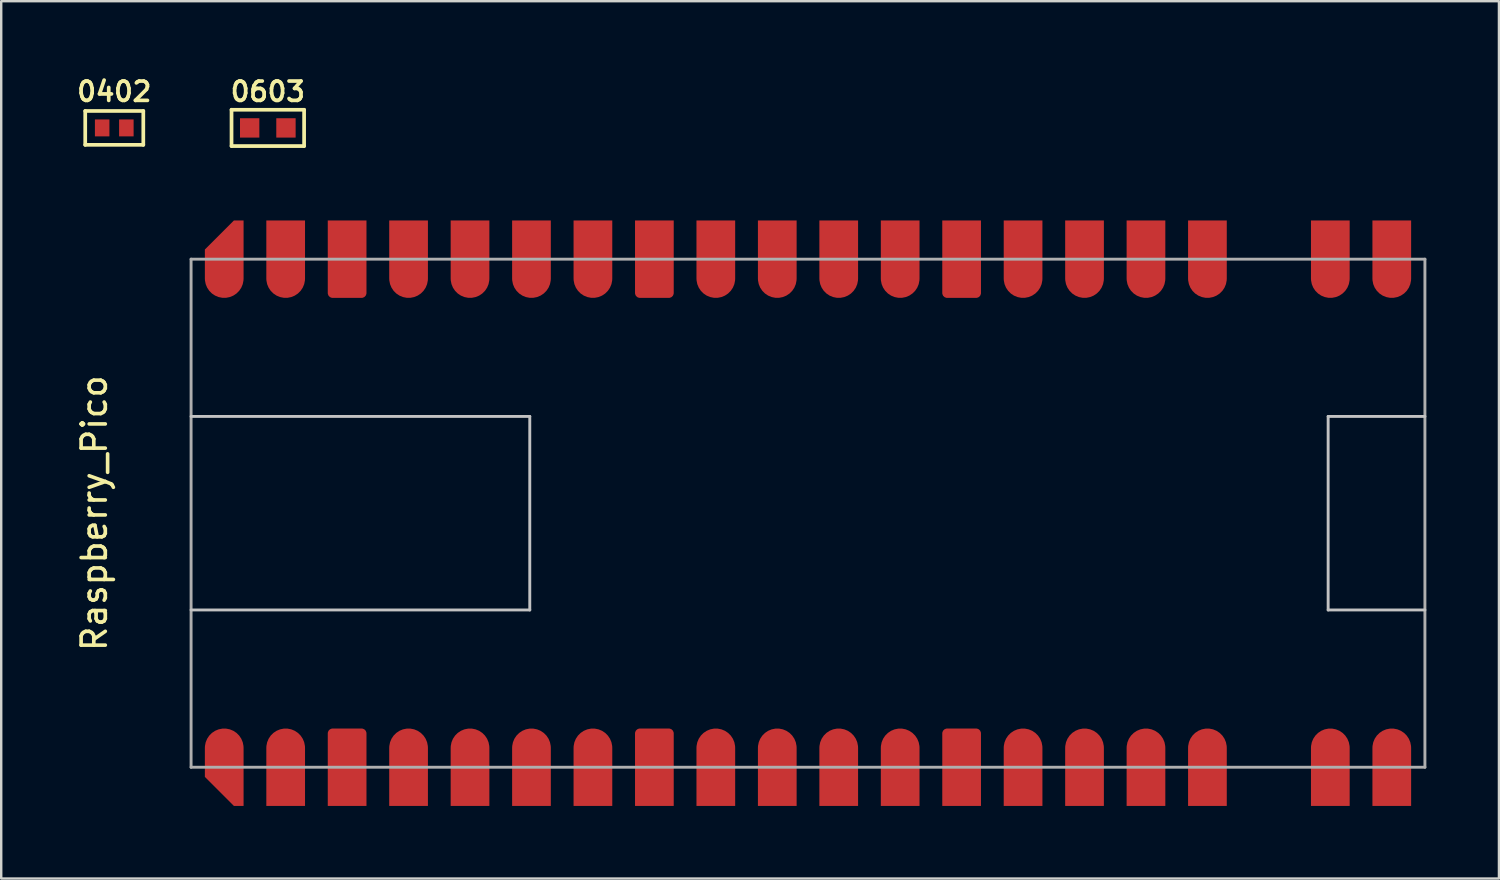
<source format=kicad_pcb>
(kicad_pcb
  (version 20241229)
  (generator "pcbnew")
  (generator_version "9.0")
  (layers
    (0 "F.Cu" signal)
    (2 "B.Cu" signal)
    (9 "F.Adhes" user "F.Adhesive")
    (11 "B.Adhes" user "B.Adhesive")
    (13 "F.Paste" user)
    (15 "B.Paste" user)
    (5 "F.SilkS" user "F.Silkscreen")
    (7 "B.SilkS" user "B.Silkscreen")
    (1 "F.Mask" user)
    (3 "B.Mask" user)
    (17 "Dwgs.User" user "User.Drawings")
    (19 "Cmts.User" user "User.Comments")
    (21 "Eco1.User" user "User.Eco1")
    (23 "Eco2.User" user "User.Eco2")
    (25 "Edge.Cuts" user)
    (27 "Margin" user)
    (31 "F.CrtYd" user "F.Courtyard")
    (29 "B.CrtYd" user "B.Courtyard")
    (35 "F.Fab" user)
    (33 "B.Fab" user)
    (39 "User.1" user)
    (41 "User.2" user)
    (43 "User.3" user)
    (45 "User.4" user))
  (footprint "0402"
    (layer "F.Cu")
    (at 1.673 2.237)
    (property "Reference" "0402" (at 0 -1.5 0) (layer "F.SilkS") (effects (font (size 0.8 0.8) (thickness 0.153))))
    (attr smd)
    (fp_line (start -1.2 -0.7) (end -1.2 0.7) (stroke (width 0.153) (type solid)) (layer "F.SilkS"))
    (fp_line (start -1.2 -0.7) (end 1.2 -0.7) (stroke (width 0.153) (type solid)) (layer "F.SilkS"))
    (fp_line (start -1.2 0.7) (end 1.2 0.7) (stroke (width 0.153) (type solid)) (layer "F.SilkS"))
    (fp_line (start 1.2 -0.7) (end 1.2 0.7) (stroke (width 0.153) (type solid)) (layer "F.SilkS"))
    (pad "1" smd rect (at -0.5 0) (size 0.6 0.7) (layers "F.Cu" "F.Mask" "F.Paste"))
    (pad "2" smd rect (at 0.5 0) (size 0.6 0.7) (layers "F.Cu" "F.Mask" "F.Paste")))
  (footprint "0603"
    (layer "F.Cu")
    (at 8.02 2.237)
    (property "Reference" "0603" (at 0 -1.5 0) (layer "F.SilkS") (effects (font (size 0.8 0.8) (thickness 0.153))))
    (attr smd)
    (fp_line (start -1.5 -0.75) (end -1.5 0.75) (stroke (width 0.153) (type solid)) (layer "F.SilkS"))
    (fp_line (start -1.5 -0.75) (end 1.5 -0.75) (stroke (width 0.153) (type solid)) (layer "F.SilkS"))
    (fp_line (start -1.5 0.75) (end 1.5 0.75) (stroke (width 0.153) (type solid)) (layer "F.SilkS"))
    (fp_line (start 1.5 -0.75) (end 1.5 0.75) (stroke (width 0.153) (type solid)) (layer "F.SilkS"))
    (pad "1" smd rect (at -0.75 0) (size 0.8 0.8) (layers "F.Cu" "F.Mask" "F.Paste"))
    (pad "2" smd rect (at 0.75 0) (size 0.8 0.8) (layers "F.Cu" "F.Mask" "F.Paste")))
  (footprint "Raspberry_Pico"
    (layer "F.Cu")
    (at 30.748 18.223)
    (property "Reference" "Raspberry_Pico" (at -29.9 -0.06 90) (layer "F.SilkS") (effects (font (size 1 1) (thickness 0.15))))
    (attr smd)
    (fp_line (start -25.9 -4.06) (end -11.9 -4.06) (stroke (width 0.12) (type solid)) (layer "Dwgs.User"))
    (fp_line (start -11.9 -4.06) (end -11.9 3.94) (stroke (width 0.12) (type solid)) (layer "Dwgs.User"))
    (fp_line (start -11.9 3.94) (end -25.9 3.94) (stroke (width 0.12) (type solid)) (layer "Dwgs.User"))
    (fp_line (start 21.1 -4.06) (end 25.1 -4.06) (stroke (width 0.12) (type solid)) (layer "Dwgs.User"))
    (fp_line (start 21.1 3.94) (end 21.1 -4.06) (stroke (width 0.12) (type solid)) (layer "Dwgs.User"))
    (fp_line (start 25.1 3.94) (end 21.1 3.94) (stroke (width 0.12) (type solid)) (layer "Dwgs.User"))
    (fp_line (start -25.9 -10.56) (end 25.1 -10.56) (stroke (width 0.12) (type solid)) (layer "F.Fab"))
    (fp_line (start -25.9 10.44) (end -25.9 -10.56) (stroke (width 0.12) (type solid)) (layer "F.Fab"))
    (fp_line (start -25.9 10.44) (end 25.1 10.44) (stroke (width 0.12) (type solid)) (layer "F.Fab"))
    (fp_line (start 25.1 10.44) (end 25.1 -10.56) (stroke (width 0.12) (type solid)) (layer "F.Fab"))
    (pad "1" smd custom (at -24.53 11.24 90) (size 0.5 0.5) (layers "F.Cu" "F.Mask") (options (anchor circle)) (primitives (gr_line (start 0.8 0) (end 1.6 0) (width 1.6)) (gr_poly (pts (xy 0.8 0.8) (xy -0.8 0.8) (xy -0.8 0.4) (xy 0.4 -0.8) (xy 0.8 -0.8)) (width 0) (fill yes))))
    (pad "2" smd custom (at -21.99 11.24 90) (size 1.6 1.6) (layers "F.Cu" "F.Mask") (options (anchor rect)) (primitives (gr_line (start 0 0) (end 1.6 0) (width 1.6))))
    (pad "3" smd custom (at -19.45 11.24 90) (size 1.6 1.6) (layers "F.Cu" "F.Mask") (options (anchor rect)) (primitives (gr_line (start 0 -0.6) (end 2.2 -0.6) (width 0.4)) (gr_line (start 0 0.6) (end 2.2 0.6) (width 0.4)) (gr_line (start 2.2 -0.6) (end 2.2 0.6) (width 0.4)) (gr_line (start 0 0) (end 1.6 0) (width 1.2))))
    (pad "4" smd custom (at -16.91 11.24 90) (size 1.6 1.6) (layers "F.Cu" "F.Mask") (options (anchor rect)) (primitives (gr_line (start 0 0) (end 1.6 0) (width 1.6))))
    (pad "5" smd custom (at -14.37 11.24 90) (size 1.6 1.6) (layers "F.Cu" "F.Mask") (options (anchor rect)) (primitives (gr_line (start 0 0) (end 1.6 0) (width 1.6))))
    (pad "6" smd custom (at -11.83 11.24 90) (size 1.6 1.6) (layers "F.Cu" "F.Mask") (options (anchor rect)) (primitives (gr_line (start 0 0) (end 1.6 0) (width 1.6))))
    (pad "7" smd custom (at -9.29 11.24 90) (size 1.6 1.6) (layers "F.Cu" "F.Mask") (options (anchor rect)) (primitives (gr_line (start 0 0) (end 1.6 0) (width 1.6))))
    (pad "8" smd custom (at -6.75 11.24 90) (size 1.6 1.6) (layers "F.Cu" "F.Mask") (options (anchor rect)) (primitives (gr_line (start 0 -0.6) (end 2.2 -0.6) (width 0.4)) (gr_line (start 0 0.6) (end 2.2 0.6) (width 0.4)) (gr_line (start 2.2 -0.6) (end 2.2 0.6) (width 0.4)) (gr_line (start 0 0) (end 1.6 0) (width 1.2))))
    (pad "9" smd custom (at -4.21 11.24 90) (size 1.6 1.6) (layers "F.Cu" "F.Mask") (options (anchor rect)) (primitives (gr_line (start 0 0) (end 1.6 0) (width 1.6))))
    (pad "10" smd custom (at -1.67 11.24 90) (size 1.6 1.6) (layers "F.Cu" "F.Mask") (options (anchor rect)) (primitives (gr_line (start 0 0) (end 1.6 0) (width 1.6))))
    (pad "11" smd custom (at 0.87 11.24 90) (size 1.6 1.6) (layers "F.Cu" "F.Mask") (options (anchor rect)) (primitives (gr_line (start 0 0) (end 1.6 0) (width 1.6))))
    (pad "12" smd custom (at 3.41 11.24 90) (size 1.6 1.6) (layers "F.Cu" "F.Mask") (options (anchor rect)) (primitives (gr_line (start 0 0) (end 1.6 0) (width 1.6))))
    (pad "13" smd custom (at 5.95 11.24 90) (size 1.6 1.6) (layers "F.Cu" "F.Mask") (options (anchor rect)) (primitives (gr_line (start 0 -0.6) (end 2.2 -0.6) (width 0.4)) (gr_line (start 0 0.6) (end 2.2 0.6) (width 0.4)) (gr_line (start 2.2 -0.6) (end 2.2 0.6) (width 0.4)) (gr_line (start 0 0) (end 1.6 0) (width 1.2))))
    (pad "14" smd custom (at 8.49 11.24 90) (size 1.6 1.6) (layers "F.Cu" "F.Mask") (options (anchor rect)) (primitives (gr_line (start 0 0) (end 1.6 0) (width 1.6))))
    (pad "15" smd custom (at 11.03 11.24 90) (size 1.6 1.6) (layers "F.Cu" "F.Mask") (options (anchor rect)) (primitives (gr_line (start 0 0) (end 1.6 0) (width 1.6))))
    (pad "16" smd custom (at 13.57 11.24 90) (size 1.6 1.6) (layers "F.Cu" "F.Mask") (options (anchor rect)) (primitives (gr_line (start 0 0) (end 1.6 0) (width 1.6))))
    (pad "17" smd custom (at 16.11 11.24 90) (size 1.6 1.6) (layers "F.Cu" "F.Mask") (options (anchor rect)) (primitives (gr_line (start 0 0) (end 1.6 0) (width 1.6))))
    (pad "19" smd custom (at 21.19 11.24 90) (size 1.6 1.6) (layers "F.Cu" "F.Mask") (options (anchor rect)) (primitives (gr_line (start 0 0) (end 1.6 0) (width 1.6))))
    (pad "20" smd custom (at 23.73 11.24 90) (size 1.6 1.6) (layers "F.Cu" "F.Mask") (options (anchor rect)) (primitives (gr_line (start 0 0) (end 1.6 0) (width 1.6))))
    (pad "21" smd custom (at 23.73 -11.36 270) (size 1.6 1.6) (layers "F.Cu" "F.Mask") (options (anchor rect)) (primitives (gr_line (start 0 0) (end 1.6 0) (width 1.6))))
    (pad "22" smd custom (at 21.19 -11.36 270) (size 1.6 1.6) (layers "F.Cu" "F.Mask") (options (anchor rect)) (primitives (gr_line (start 0 0) (end 1.6 0) (width 1.6))))
    (pad "24" smd custom (at 16.11 -11.36 270) (size 1.6 1.6) (layers "F.Cu" "F.Mask") (options (anchor rect)) (primitives (gr_line (start 0 0) (end 1.6 0) (width 1.6))))
    (pad "25" smd custom (at 13.57 -11.36 270) (size 1.6 1.6) (layers "F.Cu" "F.Mask") (options (anchor rect)) (primitives (gr_line (start 0 0) (end 1.6 0) (width 1.6))))
    (pad "26" smd custom (at 11.03 -11.36 270) (size 1.6 1.6) (layers "F.Cu" "F.Mask") (options (anchor rect)) (primitives (gr_line (start 0 0) (end 1.6 0) (width 1.6))))
    (pad "27" smd custom (at 8.49 -11.36 270) (size 1.6 1.6) (layers "F.Cu" "F.Mask") (options (anchor rect)) (primitives (gr_line (start 0 0) (end 1.6 0) (width 1.6))))
    (pad "28" smd custom (at 5.95 -11.36 270) (size 1.6 1.6) (layers "F.Cu" "F.Mask") (options (anchor rect)) (primitives (gr_line (start 0 -0.6) (end 2.2 -0.6) (width 0.4)) (gr_line (start 0 0.6) (end 2.2 0.6) (width 0.4)) (gr_line (start 2.2 -0.6) (end 2.2 0.6) (width 0.4)) (gr_line (start 0 0) (end 1.6 0) (width 1.2))))
    (pad "29" smd custom (at 3.41 -11.36 270) (size 1.6 1.6) (layers "F.Cu" "F.Mask") (options (anchor rect)) (primitives (gr_line (start 0 0) (end 1.6 0) (width 1.6))))
    (pad "30" smd custom (at 0.87 -11.36 270) (size 1.6 1.6) (layers "F.Cu" "F.Mask") (options (anchor rect)) (primitives (gr_line (start 0 0) (end 1.6 0) (width 1.6))))
    (pad "31" smd custom (at -1.67 -11.36 270) (size 1.6 1.6) (layers "F.Cu" "F.Mask") (options (anchor rect)) (primitives (gr_line (start 0 0) (end 1.6 0) (width 1.6))))
    (pad "32" smd custom (at -4.21 -11.36 270) (size 1.6 1.6) (layers "F.Cu" "F.Mask") (options (anchor rect)) (primitives (gr_line (start 0 0) (end 1.6 0) (width 1.6))))
    (pad "33" smd custom (at -6.75 -11.36 270) (size 1.6 1.6) (layers "F.Cu" "F.Mask") (options (anchor rect)) (primitives (gr_line (start 0 -0.6) (end 2.2 -0.6) (width 0.4)) (gr_line (start 0 0.6) (end 2.2 0.6) (width 0.4)) (gr_line (start 2.2 -0.6) (end 2.2 0.6) (width 0.4)) (gr_line (start 0 0) (end 1.6 0) (width 1.2))))
    (pad "34" smd custom (at -9.29 -11.36 270) (size 1.6 1.6) (layers "F.Cu" "F.Mask") (options (anchor rect)) (primitives (gr_line (start 0 0) (end 1.6 0) (width 1.6))))
    (pad "35" smd custom (at -11.83 -11.36 270) (size 1.6 1.6) (layers "F.Cu" "F.Mask") (options (anchor rect)) (primitives (gr_line (start 0 0) (end 1.6 0) (width 1.6))))
    (pad "36" smd custom (at -14.37 -11.36 270) (size 1.6 1.6) (layers "F.Cu" "F.Mask") (options (anchor rect)) (primitives (gr_line (start 0 0) (end 1.6 0) (width 1.6))))
    (pad "37" smd custom (at -16.91 -11.36 270) (size 1.6 1.6) (layers "F.Cu" "F.Mask") (options (anchor rect)) (primitives (gr_line (start 0 0) (end 1.6 0) (width 1.6))))
    (pad "38" smd custom (at -19.45 -11.36 270) (size 1.6 1.6) (layers "F.Cu" "F.Mask") (options (anchor rect)) (primitives (gr_line (start 0 -0.6) (end 2.2 -0.6) (width 0.4)) (gr_line (start 0 0.6) (end 2.2 0.6) (width 0.4)) (gr_line (start 2.2 -0.6) (end 2.2 0.6) (width 0.4)) (gr_line (start 0 0) (end 1.6 0) (width 1.2))))
    (pad "39" smd custom (at -21.99 -11.36 270) (size 1.6 1.6) (layers "F.Cu" "F.Mask") (options (anchor rect)) (primitives (gr_line (start 0 0) (end 1.6 0) (width 1.6))))
    (pad "40" smd custom (at -24.53 -11.36 270) (size 0.5 0.5) (layers "F.Cu" "F.Mask") (options (anchor circle)) (primitives (gr_line (start 0.8 0) (end 1.6 0) (width 1.6)) (gr_poly (pts (xy 0.8 0.8) (xy 0.4 0.8) (xy -0.8 -0.4) (xy -0.8 -0.8) (xy 0.8 -0.8)) (width 0) (fill yes)))))
  (gr_rect
    (start -3 -3)
    (end 58.908 33.263)
    (stroke (width 0.1) (type default))
    (fill no)
    (layer "Edge.Cuts")))
</source>
